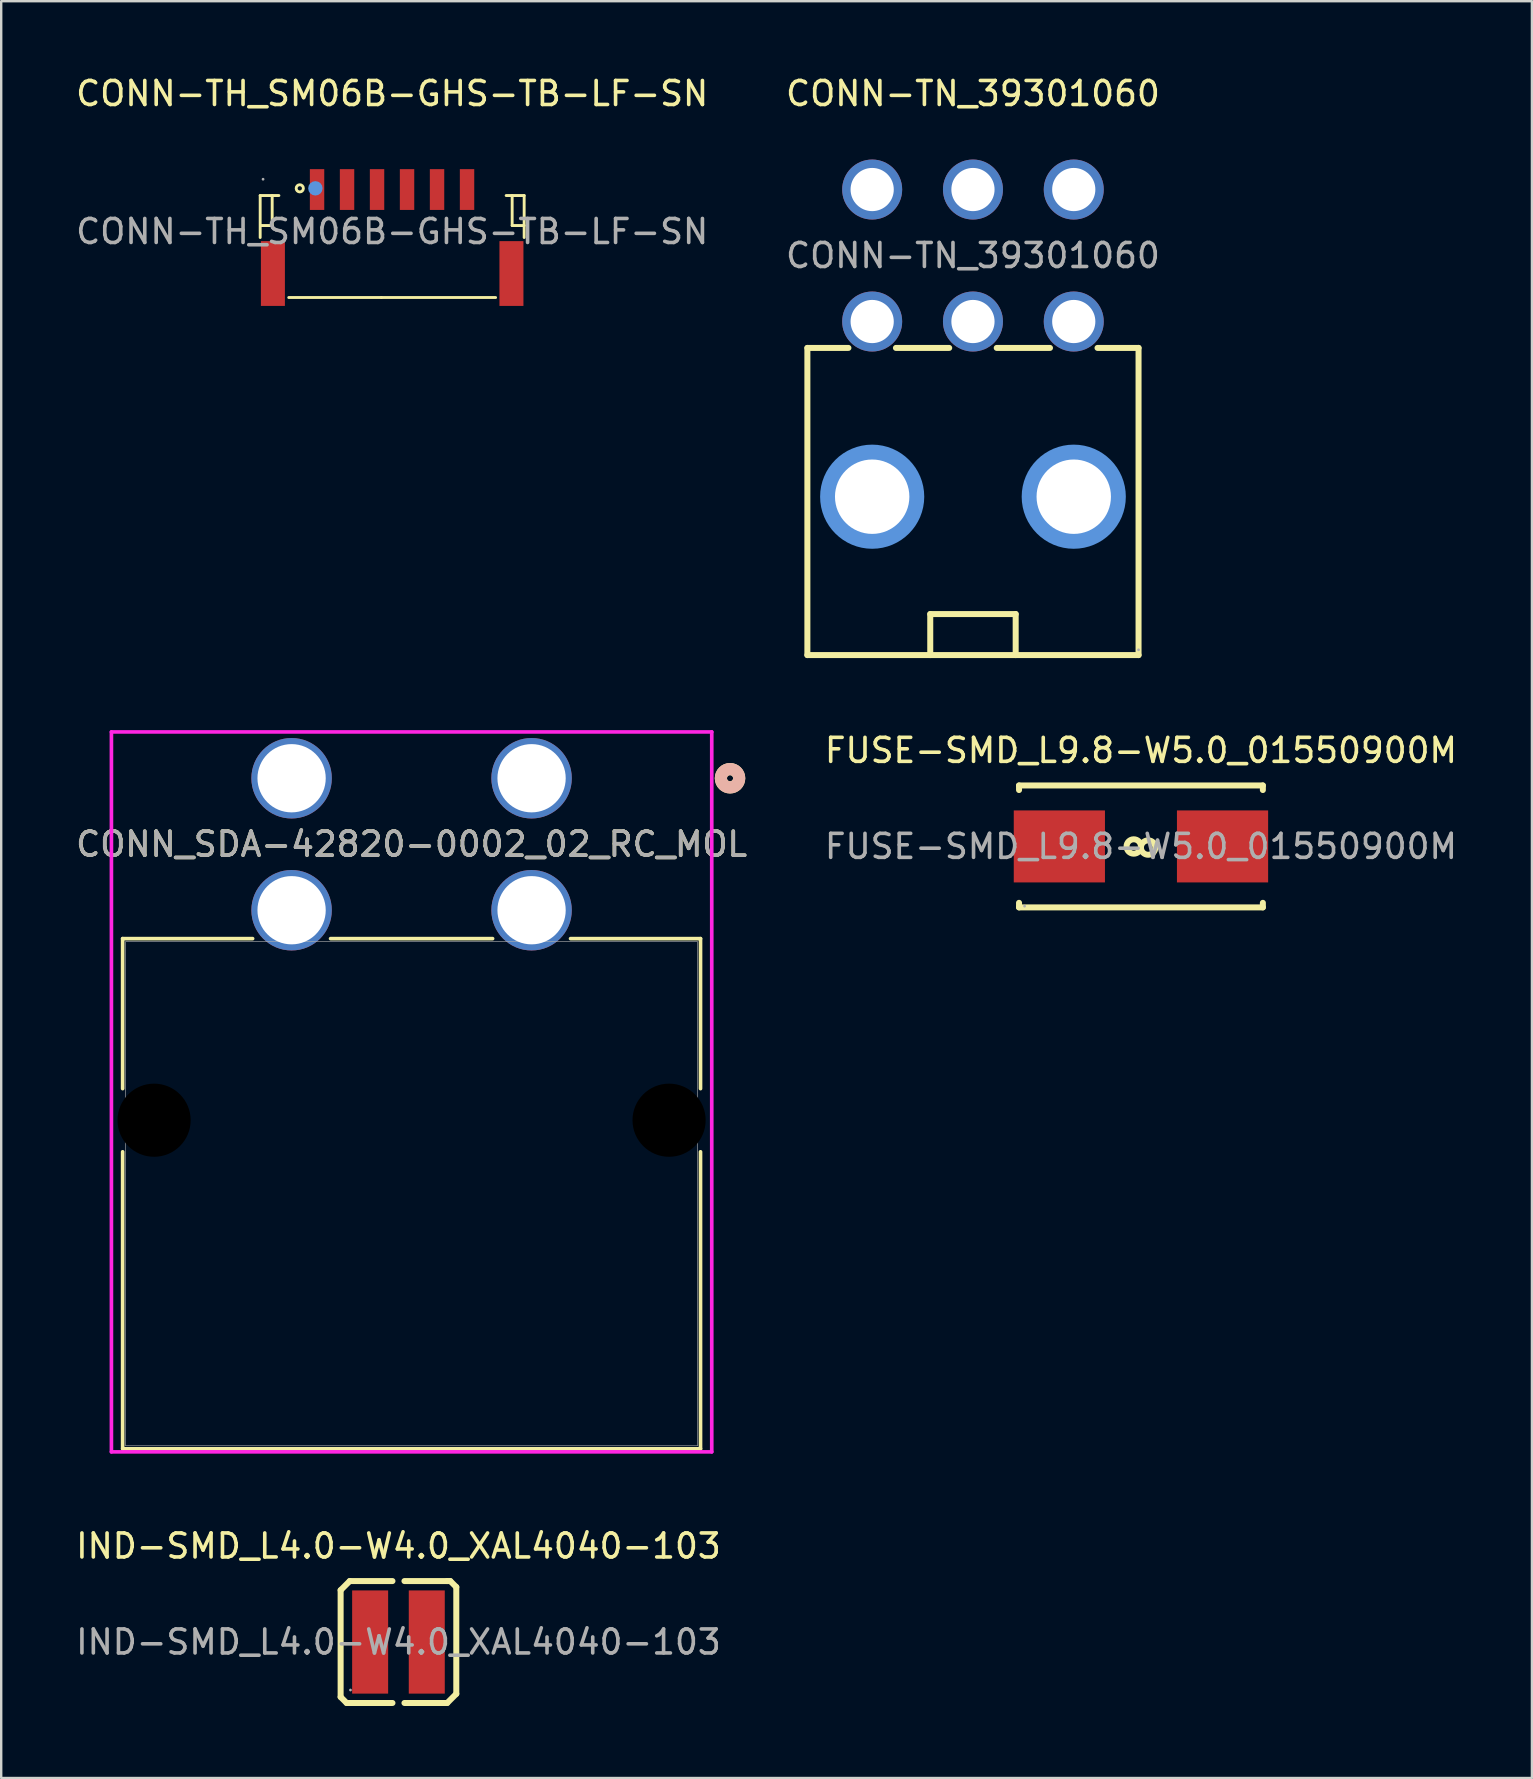
<source format=kicad_pcb>
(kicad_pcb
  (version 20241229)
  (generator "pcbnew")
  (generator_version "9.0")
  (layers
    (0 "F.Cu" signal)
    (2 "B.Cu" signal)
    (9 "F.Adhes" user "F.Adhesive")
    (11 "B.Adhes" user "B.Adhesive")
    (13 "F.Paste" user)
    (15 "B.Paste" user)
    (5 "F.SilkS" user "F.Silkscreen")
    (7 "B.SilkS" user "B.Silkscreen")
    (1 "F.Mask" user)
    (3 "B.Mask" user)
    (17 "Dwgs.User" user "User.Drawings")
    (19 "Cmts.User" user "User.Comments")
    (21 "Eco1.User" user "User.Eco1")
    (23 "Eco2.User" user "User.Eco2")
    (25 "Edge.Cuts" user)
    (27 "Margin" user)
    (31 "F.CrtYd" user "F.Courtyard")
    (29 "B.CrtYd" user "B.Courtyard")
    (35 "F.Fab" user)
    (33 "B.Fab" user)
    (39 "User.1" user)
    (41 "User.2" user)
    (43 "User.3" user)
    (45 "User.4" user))
  (footprint "CONN-TN_39301060"
    (layer "F.Cu")
    (at 37.494 7.598)
    (property "Reference" "CONN-TN_39301060" (at 0 -6.75 0) (layer "F.SilkS") (effects (font (size 1 1) (thickness 0.15))))
    (attr smd)
    (fp_line (start -6.9 3.85) (end -6.9 16.65) (stroke (width 0.25) (type solid)) (layer "F.SilkS"))
    (fp_line (start -6.9 3.85) (end -5.19 3.85) (stroke (width 0.25) (type solid)) (layer "F.SilkS"))
    (fp_line (start -6.9 16.65) (end 6.9 16.65) (stroke (width 0.25) (type solid)) (layer "F.SilkS"))
    (fp_line (start -3.21 3.85) (end -0.99 3.85) (stroke (width 0.25) (type solid)) (layer "F.SilkS"))
    (fp_line (start -1.78 14.94) (end 1.78 14.94) (stroke (width 0.25) (type solid)) (layer "F.SilkS"))
    (fp_line (start -1.78 16.65) (end -1.78 14.94) (stroke (width 0.25) (type solid)) (layer "F.SilkS"))
    (fp_line (start 0.99 3.85) (end 3.21 3.85) (stroke (width 0.25) (type solid)) (layer "F.SilkS"))
    (fp_line (start 1.78 14.94) (end 1.78 16.65) (stroke (width 0.25) (type solid)) (layer "F.SilkS"))
    (fp_line (start 5.19 3.85) (end 6.9 3.85) (stroke (width 0.25) (type solid)) (layer "F.SilkS"))
    (fp_line (start 6.9 16.65) (end 6.9 3.85) (stroke (width 0.25) (type solid)) (layer "F.SilkS"))
    (fp_circle (center -4.2 10.05) (end -3.48 10.05) (stroke (width 1.45) (type solid)) (fill no) (layer "Cmts.User"))
    (fp_circle (center 4.2 10.05) (end 4.92 10.05) (stroke (width 1.45) (type solid)) (fill no) (layer "Cmts.User"))
    (fp_circle (center 6.9 16.43) (end 6.93 16.43) (stroke (width 0.06) (type solid)) (fill no) (layer "F.Fab"))
    (fp_text user "${REFERENCE}" (at 0 0 0) (layer "F.Fab") (effects (font (size 1 1) (thickness 0.15))))
    (pad "" thru_hole circle (at -4.2 10.05) (size 3.1 3.1) (drill 3.1) (layers "*.Cu" "*.Mask"))
    (pad "" thru_hole circle (at 4.2 10.05) (size 3.1 3.1) (drill 3.1) (layers "*.Cu" "*.Mask"))
    (pad "1" thru_hole circle (at 4.2 2.75) (size 2.5 2.5) (drill 1.8) (layers "*.Cu" "*.Mask"))
    (pad "2" thru_hole circle (at 0 2.75) (size 2.5 2.5) (drill 1.8) (layers "*.Cu" "*.Mask"))
    (pad "3" thru_hole circle (at -4.2 2.75) (size 2.5 2.5) (drill 1.8) (layers "*.Cu" "*.Mask"))
    (pad "4" thru_hole circle (at 4.2 -2.75) (size 2.5 2.5) (drill 1.8) (layers "*.Cu" "*.Mask"))
    (pad "5" thru_hole circle (at 0 -2.75) (size 2.5 2.5) (drill 1.8) (layers "*.Cu" "*.Mask"))
    (pad "6" thru_hole circle (at -4.2 -2.75) (size 2.5 2.5) (drill 1.8) (layers "*.Cu" "*.Mask")))
  (footprint "IND-SMD_L4.0-W4.0_XAL4040-103"
    (layer "F.Cu")
    (at 13.554 65.374)
    (property "Reference" "IND-SMD_L4.0-W4.0_XAL4040-103" (at 0 -4 0) (layer "F.SilkS") (effects (font (size 1 1) (thickness 0.15))))
    (attr smd)
    (fp_line (start -2.41 -2.16) (end -2.03 -2.54) (stroke (width 0.25) (type solid)) (layer "F.SilkS"))
    (fp_line (start -2.41 2.29) (end -2.41 -2.16) (stroke (width 0.25) (type solid)) (layer "F.SilkS"))
    (fp_line (start -2.16 2.54) (end -2.41 2.29) (stroke (width 0.25) (type solid)) (layer "F.SilkS"))
    (fp_line (start -2.03 -2.54) (end -0.25 -2.54) (stroke (width 0.25) (type solid)) (layer "F.SilkS"))
    (fp_line (start -2.03 2.54) (end -2.16 2.54) (stroke (width 0.25) (type solid)) (layer "F.SilkS"))
    (fp_line (start -0.25 2.54) (end -2.03 2.54) (stroke (width 0.25) (type solid)) (layer "F.SilkS"))
    (fp_line (start 0.25 -2.54) (end 2.03 -2.54) (stroke (width 0.25) (type solid)) (layer "F.SilkS"))
    (fp_line (start 2.03 -2.54) (end 2.16 -2.54) (stroke (width 0.25) (type solid)) (layer "F.SilkS"))
    (fp_line (start 2.03 2.54) (end 0.25 2.54) (stroke (width 0.25) (type solid)) (layer "F.SilkS"))
    (fp_line (start 2.16 -2.54) (end 2.41 -2.29) (stroke (width 0.25) (type solid)) (layer "F.SilkS"))
    (fp_line (start 2.41 -2.29) (end 2.41 2.16) (stroke (width 0.25) (type solid)) (layer "F.SilkS"))
    (fp_line (start 2.41 2.16) (end 2.03 2.54) (stroke (width 0.25) (type solid)) (layer "F.SilkS"))
    (fp_circle (center -2 2) (end -1.97 2) (stroke (width 0.06) (type solid)) (fill no) (layer "F.Fab"))
    (fp_text user "${REFERENCE}" (at 0 0 0) (layer "F.Fab") (effects (font (size 1 1) (thickness 0.15))))
    (pad "1" smd rect (at -1.18 0) (size 1.5 4.3) (layers "F.Cu" "F.Mask" "F.Paste"))
    (pad "2" smd rect (at 1.18 0) (size 1.5 4.3) (layers "F.Cu" "F.Mask" "F.Paste")))
  (footprint "CONN-TH_SM06B-GHS-TB-LF-SN"
    (layer "F.Cu")
    (at 13.292 6.598)
    (property "Reference" "CONN-TH_SM06B-GHS-TB-LF-SN" (at 0 -5.75 0) (layer "F.SilkS") (effects (font (size 1 1) (thickness 0.15))))
    (attr through_hole)
    (fp_line (start -5.5 -1.5) (end -4.72 -1.5) (stroke (width 0.12) (type solid)) (layer "F.SilkS"))
    (fp_line (start -5.5 0.25) (end -5.5 -1.5) (stroke (width 0.12) (type solid)) (layer "F.SilkS"))
    (fp_line (start -5 -1.5) (end -5 -0.25) (stroke (width 0.12) (type solid)) (layer "F.SilkS"))
    (fp_line (start -5 -0.25) (end -5.47 -0.25) (stroke (width 0.12) (type solid)) (layer "F.SilkS"))
    (fp_line (start -0.45 2.75) (end -4.31 2.75) (stroke (width 0.12) (type solid)) (layer "F.SilkS"))
    (fp_line (start -0.45 2.75) (end 4.31 2.75) (stroke (width 0.12) (type solid)) (layer "F.SilkS"))
    (fp_line (start 4.75 -1.5) (end 5.5 -1.5) (stroke (width 0.12) (type solid)) (layer "F.SilkS"))
    (fp_line (start 5 -1.5) (end 5 -0.25) (stroke (width 0.12) (type solid)) (layer "F.SilkS"))
    (fp_line (start 5 -0.25) (end 5.5 -0.25) (stroke (width 0.12) (type solid)) (layer "F.SilkS"))
    (fp_line (start 5.5 -1.5) (end 5.5 0.25) (stroke (width 0.12) (type solid)) (layer "F.SilkS"))
    (fp_circle (center -3.85 -1.8) (end -3.7 -1.8) (stroke (width 0.12) (type solid)) (fill no) (layer "F.SilkS"))
    (fp_circle (center -3.2 -1.8) (end -3.05 -1.8) (stroke (width 0.3) (type solid)) (fill no) (layer "Cmts.User"))
    (fp_circle (center -5.38 -2.18) (end -5.35 -2.18) (stroke (width 0.06) (type solid)) (fill no) (layer "F.Fab"))
    (fp_text user "${REFERENCE}" (at 0 0 0) (layer "F.Fab") (effects (font (size 1 1) (thickness 0.15))))
    (pad "1" smd rect (at -3.13 -1.75) (size 0.6 1.7) (layers "F.Cu" "F.Mask" "F.Paste"))
    (pad "2" smd rect (at -1.88 -1.75) (size 0.6 1.7) (layers "F.Cu" "F.Mask" "F.Paste"))
    (pad "3" smd rect (at -0.63 -1.75) (size 0.6 1.7) (layers "F.Cu" "F.Mask" "F.Paste"))
    (pad "4" smd rect (at 0.62 -1.75) (size 0.6 1.7) (layers "F.Cu" "F.Mask" "F.Paste"))
    (pad "5" smd rect (at 1.87 -1.75) (size 0.6 1.7) (layers "F.Cu" "F.Mask" "F.Paste"))
    (pad "6" smd rect (at 3.12 -1.75) (size 0.6 1.7) (layers "F.Cu" "F.Mask" "F.Paste"))
    (pad "7" smd rect (at -4.97 1.75) (size 1 2.7) (layers "F.Cu" "F.Mask" "F.Paste"))
    (pad "8" smd rect (at 4.97 1.75) (size 1 2.7) (layers "F.Cu" "F.Mask" "F.Paste")))
  (footprint "CONN_SDA-42820-0002_02_RC_MOL"
    (layer "F.Cu")
    (at 19.101 29.38)
    (property "Reference" "CONN_SDA-42820-0002_02_RC_MOL" (at -5 2.75 0) (unlocked yes) (layer "F.SilkS") (effects (font (size 1 1) (thickness 0.15))))
    (attr through_hole)
    (fp_line (start -17.04 6.683) (end -17.04 12.934) (stroke (width 0.152) (type solid)) (layer "F.SilkS"))
    (fp_line (start -17.04 15.566) (end -17.04 27.943) (stroke (width 0.152) (type solid)) (layer "F.SilkS"))
    (fp_line (start -17.04 27.943) (end 7.04 27.943) (stroke (width 0.152) (type solid)) (layer "F.SilkS"))
    (fp_line (start -11.624 6.683) (end -17.04 6.683) (stroke (width 0.152) (type solid)) (layer "F.SilkS"))
    (fp_line (start -1.624 6.683) (end -8.376 6.683) (stroke (width 0.152) (type solid)) (layer "F.SilkS"))
    (fp_line (start 7.04 6.683) (end 1.624 6.683) (stroke (width 0.152) (type solid)) (layer "F.SilkS"))
    (fp_line (start 7.04 12.934) (end 7.04 6.683) (stroke (width 0.152) (type solid)) (layer "F.SilkS"))
    (fp_line (start 7.04 27.943) (end 7.04 15.566) (stroke (width 0.152) (type solid)) (layer "F.SilkS"))
    (fp_circle (center 8.27 0) (end 8.651 0) (stroke (width 0.508) (type solid)) (fill no) (layer "F.SilkS"))
    (fp_circle (center 8.27 0) (end 8.651 0) (stroke (width 0.508) (type solid)) (fill no) (layer "B.SilkS"))
    (fp_line (start -17.508 -1.93) (end -17.508 28.07) (stroke (width 0.152) (type solid)) (layer "F.CrtYd"))
    (fp_line (start -17.508 28.07) (end 7.508 28.07) (stroke (width 0.152) (type solid)) (layer "F.CrtYd"))
    (fp_line (start 7.508 -1.93) (end -17.508 -1.93) (stroke (width 0.152) (type solid)) (layer "F.CrtYd"))
    (fp_line (start 7.508 28.07) (end 7.508 -1.93) (stroke (width 0.152) (type solid)) (layer "F.CrtYd"))
    (fp_line (start -16.913 6.81) (end -16.913 27.816) (stroke (width 0.025) (type solid)) (layer "F.Fab"))
    (fp_line (start -16.913 27.816) (end 6.913 27.816) (stroke (width 0.025) (type solid)) (layer "F.Fab"))
    (fp_line (start 6.913 6.81) (end -16.913 6.81) (stroke (width 0.025) (type solid)) (layer "F.Fab"))
    (fp_line (start 6.913 27.816) (end 6.913 6.81) (stroke (width 0.025) (type solid)) (layer "F.Fab"))
    (fp_circle (center 0 0) (end 0.381 0) (stroke (width 0.508) (type solid)) (fill no) (layer "F.Fab"))
    (fp_text user "${REFERENCE}" (at -5 2.75 0) (unlocked yes) (layer "F.Fab") (effects (font (size 1 1) (thickness 0.15))))
    (pad "" np_thru_hole circle (at -15.73 14.25) (size 3.048 3.048) (drill 3.048) (layers))
    (pad "" np_thru_hole circle (at 5.73 14.25) (size 3.048 3.048) (drill 3.048) (layers))
    (pad "1_1" thru_hole circle (at 0 0) (size 3.353 3.353) (drill 2.845) (layers "*.Cu" "*.Mask"))
    (pad "1_2" thru_hole circle (at 0 5.5) (size 3.353 3.353) (drill 2.845) (layers "*.Cu" "*.Mask"))
    (pad "2_1" thru_hole circle (at -10 0) (size 3.353 3.353) (drill 2.845) (layers "*.Cu" "*.Mask"))
    (pad "2_2" thru_hole circle (at -10 5.5) (size 3.353 3.353) (drill 2.845) (layers "*.Cu" "*.Mask")))
  (footprint "FUSE-SMD_L9.8-W5.0_01550900M"
    (layer "F.Cu")
    (at 44.494 32.221)
    (property "Reference" "FUSE-SMD_L9.8-W5.0_01550900M" (at 0 -4 0) (layer "F.SilkS") (effects (font (size 1 1) (thickness 0.15))))
    (attr smd)
    (fp_line (start -5.08 -2.54) (end 5.08 -2.54) (stroke (width 0.25) (type solid)) (layer "F.SilkS"))
    (fp_line (start -5.08 -2.35) (end -5.08 -2.54) (stroke (width 0.25) (type solid)) (layer "F.SilkS"))
    (fp_line (start -5.08 2.54) (end -5.08 2.35) (stroke (width 0.25) (type solid)) (layer "F.SilkS"))
    (fp_line (start 5.08 -2.54) (end 5.08 -2.35) (stroke (width 0.25) (type solid)) (layer "F.SilkS"))
    (fp_line (start 5.08 2.35) (end 5.08 2.54) (stroke (width 0.25) (type solid)) (layer "F.SilkS"))
    (fp_line (start 5.08 2.54) (end -5.08 2.54) (stroke (width 0.25) (type solid)) (layer "F.SilkS"))
    (fp_arc (start -0.000046 0.005236) (mid -0.599988 -0.002618) (end 0 0) (stroke (width 0.25) (type solid)) (layer "F.SilkS"))
    (fp_arc (start 0.000046 0.044764) (mid 0.599988 0.052618) (end 0 0.05) (stroke (width 0.25) (type solid)) (layer "F.SilkS"))
    (fp_circle (center -4.85 2.49) (end -4.82 2.49) (stroke (width 0.06) (type solid)) (fill no) (layer "F.Fab"))
    (fp_text user "${REFERENCE}" (at 0 0 0) (layer "F.Fab") (effects (font (size 1 1) (thickness 0.15))))
    (pad "1" smd rect (at -3.4 0) (size 3.8 3) (layers "F.Cu" "F.Mask" "F.Paste"))
    (pad "2" smd rect (at 3.4 0) (size 3.8 3) (layers "F.Cu" "F.Mask" "F.Paste")))
  (gr_rect
    (start -3 -3)
    (end 60.786 71.039)
    (stroke (width 0.1) (type default))
    (fill no)
    (layer "Edge.Cuts")))
</source>
